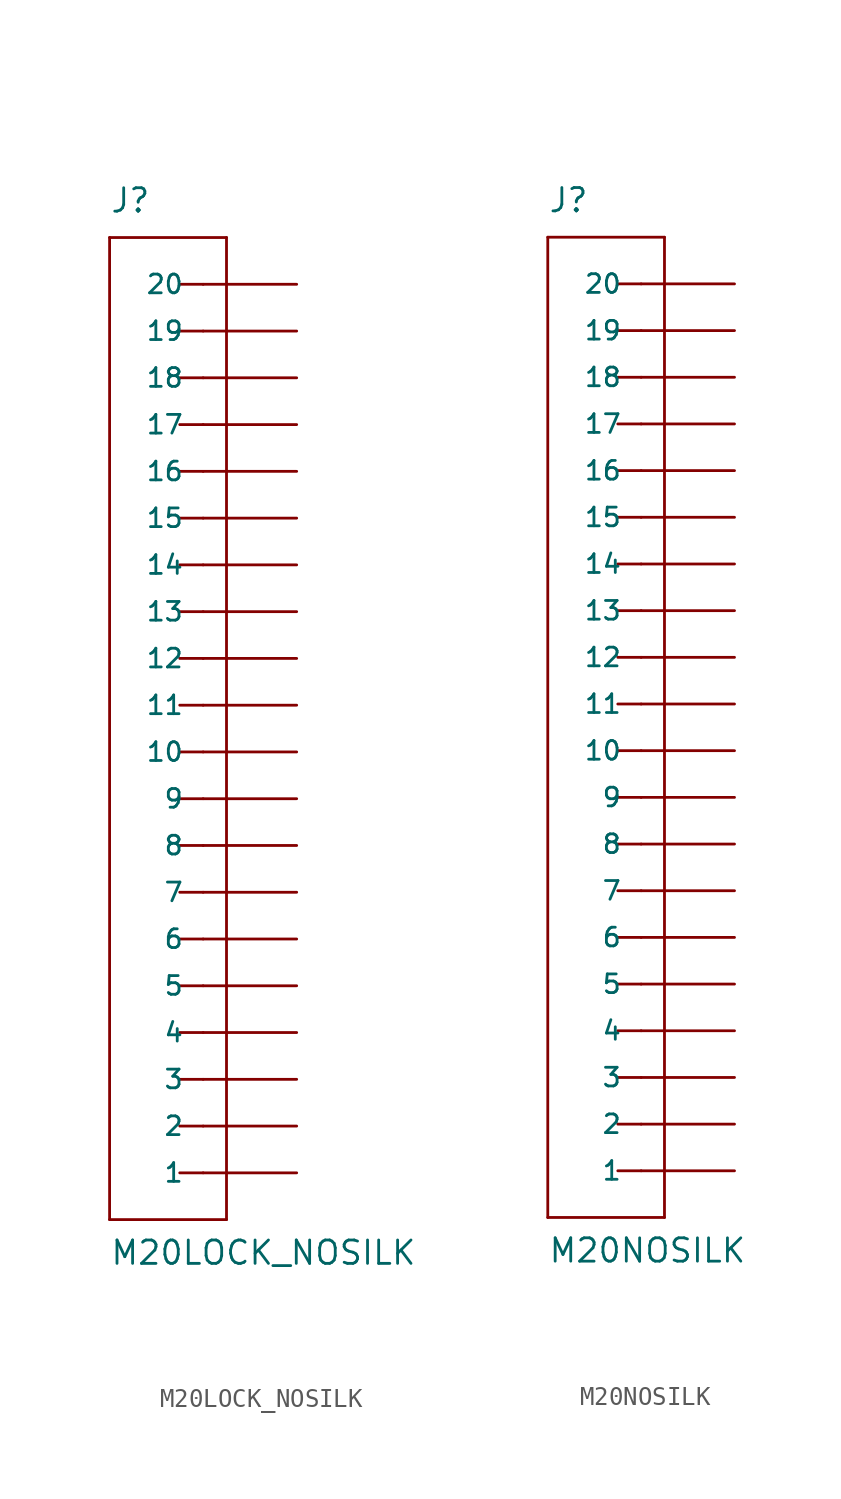
<source format=kicad_sym>
(kicad_symbol_lib
  (version 20211014)
  (generator kicad_symbol_editor)
  (symbol "M20LOCK_NOSILK"
    (pin_numbers hide)
    (pin_names
      (offset 1.016))
    (property "Reference" "J"
      (at 0 57.15 0)
      (effects (font (size 1.27 1.27)) (justify left bottom)))
    (property "Value" "M20LOCK_NOSILK"
      (at 0 0 0)
      (effects (font (size 1.27 1.27)) (justify left bottom)))
    (property "Datasheet" ""
      (at 0 0 0)
      (effects (font (size 1.524 1.524))))
    (property "ki_locked" ""
      (at 0 0 0)
      (effects (font (size 1.27 1.27))))
    (symbol "M20LOCK_NOSILK_1_0"
      (polyline (pts (xy 0 55.88) (xy 0 2.54)) (stroke (width 0) (type default) (color 0 0 0 0)) (fill (type none)))
      (polyline (pts (xy 0 55.88) (xy 6.35 55.88)) (stroke (width 0) (type default) (color 0 0 0 0)) (fill (type none)))
      (polyline (pts (xy 3.81 5.08) (xy 5.08 5.08)) (stroke (width 0) (type default) (color 0 0 0 0)) (fill (type none)))
      (polyline (pts (xy 3.81 7.62) (xy 5.08 7.62)) (stroke (width 0) (type default) (color 0 0 0 0)) (fill (type none)))
      (polyline (pts (xy 3.81 10.16) (xy 5.08 10.16)) (stroke (width 0) (type default) (color 0 0 0 0)) (fill (type none)))
      (polyline (pts (xy 3.81 12.7) (xy 5.08 12.7)) (stroke (width 0) (type default) (color 0 0 0 0)) (fill (type none)))
      (polyline (pts (xy 3.81 15.24) (xy 5.08 15.24)) (stroke (width 0) (type default) (color 0 0 0 0)) (fill (type none)))
      (polyline (pts (xy 3.81 17.78) (xy 5.08 17.78)) (stroke (width 0) (type default) (color 0 0 0 0)) (fill (type none)))
      (polyline (pts (xy 3.81 20.32) (xy 5.08 20.32)) (stroke (width 0) (type default) (color 0 0 0 0)) (fill (type none)))
      (polyline (pts (xy 3.81 22.86) (xy 5.08 22.86)) (stroke (width 0) (type default) (color 0 0 0 0)) (fill (type none)))
      (polyline (pts (xy 3.81 25.4) (xy 5.08 25.4)) (stroke (width 0) (type default) (color 0 0 0 0)) (fill (type none)))
      (polyline (pts (xy 3.81 27.94) (xy 5.08 27.94)) (stroke (width 0) (type default) (color 0 0 0 0)) (fill (type none)))
      (polyline (pts (xy 3.81 30.48) (xy 5.08 30.48)) (stroke (width 0) (type default) (color 0 0 0 0)) (fill (type none)))
      (polyline (pts (xy 3.81 33.02) (xy 5.08 33.02)) (stroke (width 0) (type default) (color 0 0 0 0)) (fill (type none)))
      (polyline (pts (xy 3.81 35.56) (xy 5.08 35.56)) (stroke (width 0) (type default) (color 0 0 0 0)) (fill (type none)))
      (polyline (pts (xy 3.81 38.1) (xy 5.08 38.1)) (stroke (width 0) (type default) (color 0 0 0 0)) (fill (type none)))
      (polyline (pts (xy 3.81 40.64) (xy 5.08 40.64)) (stroke (width 0) (type default) (color 0 0 0 0)) (fill (type none)))
      (polyline (pts (xy 3.81 43.18) (xy 5.08 43.18)) (stroke (width 0) (type default) (color 0 0 0 0)) (fill (type none)))
      (polyline (pts (xy 3.81 45.72) (xy 5.08 45.72)) (stroke (width 0) (type default) (color 0 0 0 0)) (fill (type none)))
      (polyline (pts (xy 3.81 48.26) (xy 5.08 48.26)) (stroke (width 0) (type default) (color 0 0 0 0)) (fill (type none)))
      (polyline (pts (xy 3.81 50.8) (xy 5.08 50.8)) (stroke (width 0) (type default) (color 0 0 0 0)) (fill (type none)))
      (polyline (pts (xy 3.81 53.34) (xy 5.08 53.34)) (stroke (width 0) (type default) (color 0 0 0 0)) (fill (type none)))
      (polyline (pts (xy 6.35 2.54) (xy 0 2.54)) (stroke (width 0) (type default) (color 0 0 0 0)) (fill (type none)))
      (polyline (pts (xy 6.35 2.54) (xy 6.35 55.88)) (stroke (width 0) (type default) (color 0 0 0 0)) (fill (type none))))
    (symbol "M20LOCK_NOSILK_1_1"
      (pin passive line (at 10.16 5.08 180) (length 5.08) (name "1" (effects (font (size 1.016 1.016)))) (number "1" (effects (font (size 1.016 1.016)))))
      (pin passive line (at 10.16 27.94 180) (length 5.08) (name "10" (effects (font (size 1.016 1.016)))) (number "10" (effects (font (size 1.016 1.016)))))
      (pin passive line (at 10.16 30.48 180) (length 5.08) (name "11" (effects (font (size 1.016 1.016)))) (number "11" (effects (font (size 1.016 1.016)))))
      (pin passive line (at 10.16 33.02 180) (length 5.08) (name "12" (effects (font (size 1.016 1.016)))) (number "12" (effects (font (size 1.016 1.016)))))
      (pin passive line (at 10.16 35.56 180) (length 5.08) (name "13" (effects (font (size 1.016 1.016)))) (number "13" (effects (font (size 1.016 1.016)))))
      (pin passive line (at 10.16 38.1 180) (length 5.08) (name "14" (effects (font (size 1.016 1.016)))) (number "14" (effects (font (size 1.016 1.016)))))
      (pin passive line (at 10.16 40.64 180) (length 5.08) (name "15" (effects (font (size 1.016 1.016)))) (number "15" (effects (font (size 1.016 1.016)))))
      (pin passive line (at 10.16 43.18 180) (length 5.08) (name "16" (effects (font (size 1.016 1.016)))) (number "16" (effects (font (size 1.016 1.016)))))
      (pin passive line (at 10.16 45.72 180) (length 5.08) (name "17" (effects (font (size 1.016 1.016)))) (number "17" (effects (font (size 1.016 1.016)))))
      (pin passive line (at 10.16 48.26 180) (length 5.08) (name "18" (effects (font (size 1.016 1.016)))) (number "18" (effects (font (size 1.016 1.016)))))
      (pin passive line (at 10.16 50.8 180) (length 5.08) (name "19" (effects (font (size 1.016 1.016)))) (number "19" (effects (font (size 1.016 1.016)))))
      (pin passive line (at 10.16 7.62 180) (length 5.08) (name "2" (effects (font (size 1.016 1.016)))) (number "2" (effects (font (size 1.016 1.016)))))
      (pin passive line (at 10.16 53.34 180) (length 5.08) (name "20" (effects (font (size 1.016 1.016)))) (number "20" (effects (font (size 1.016 1.016)))))
      (pin passive line (at 10.16 10.16 180) (length 5.08) (name "3" (effects (font (size 1.016 1.016)))) (number "3" (effects (font (size 1.016 1.016)))))
      (pin passive line (at 10.16 12.7 180) (length 5.08) (name "4" (effects (font (size 1.016 1.016)))) (number "4" (effects (font (size 1.016 1.016)))))
      (pin passive line (at 10.16 15.24 180) (length 5.08) (name "5" (effects (font (size 1.016 1.016)))) (number "5" (effects (font (size 1.016 1.016)))))
      (pin passive line (at 10.16 17.78 180) (length 5.08) (name "6" (effects (font (size 1.016 1.016)))) (number "6" (effects (font (size 1.016 1.016)))))
      (pin passive line (at 10.16 20.32 180) (length 5.08) (name "7" (effects (font (size 1.016 1.016)))) (number "7" (effects (font (size 1.016 1.016)))))
      (pin passive line (at 10.16 22.86 180) (length 5.08) (name "8" (effects (font (size 1.016 1.016)))) (number "8" (effects (font (size 1.016 1.016)))))
      (pin passive line (at 10.16 25.4 180) (length 5.08) (name "9" (effects (font (size 1.016 1.016)))) (number "9" (effects (font (size 1.016 1.016)))))))
  (symbol "M20NOSILK"
    (pin_numbers hide)
    (pin_names
      (offset 1.016))
    (property "Reference" "J"
      (at 0 57.15 0)
      (effects (font (size 1.27 1.27)) (justify left bottom)))
    (property "Value" "M20NOSILK"
      (at 0 0 0)
      (effects (font (size 1.27 1.27)) (justify left bottom)))
    (property "Datasheet" ""
      (at 0 0 0)
      (effects (font (size 1.524 1.524))))
    (property "ki_locked" ""
      (at 0 0 0)
      (effects (font (size 1.27 1.27))))
    (symbol "M20NOSILK_1_0"
      (polyline (pts (xy 0 55.88) (xy 0 2.54)) (stroke (width 0) (type default) (color 0 0 0 0)) (fill (type none)))
      (polyline (pts (xy 0 55.88) (xy 6.35 55.88)) (stroke (width 0) (type default) (color 0 0 0 0)) (fill (type none)))
      (polyline (pts (xy 3.81 5.08) (xy 5.08 5.08)) (stroke (width 0) (type default) (color 0 0 0 0)) (fill (type none)))
      (polyline (pts (xy 3.81 7.62) (xy 5.08 7.62)) (stroke (width 0) (type default) (color 0 0 0 0)) (fill (type none)))
      (polyline (pts (xy 3.81 10.16) (xy 5.08 10.16)) (stroke (width 0) (type default) (color 0 0 0 0)) (fill (type none)))
      (polyline (pts (xy 3.81 12.7) (xy 5.08 12.7)) (stroke (width 0) (type default) (color 0 0 0 0)) (fill (type none)))
      (polyline (pts (xy 3.81 15.24) (xy 5.08 15.24)) (stroke (width 0) (type default) (color 0 0 0 0)) (fill (type none)))
      (polyline (pts (xy 3.81 17.78) (xy 5.08 17.78)) (stroke (width 0) (type default) (color 0 0 0 0)) (fill (type none)))
      (polyline (pts (xy 3.81 20.32) (xy 5.08 20.32)) (stroke (width 0) (type default) (color 0 0 0 0)) (fill (type none)))
      (polyline (pts (xy 3.81 22.86) (xy 5.08 22.86)) (stroke (width 0) (type default) (color 0 0 0 0)) (fill (type none)))
      (polyline (pts (xy 3.81 25.4) (xy 5.08 25.4)) (stroke (width 0) (type default) (color 0 0 0 0)) (fill (type none)))
      (polyline (pts (xy 3.81 27.94) (xy 5.08 27.94)) (stroke (width 0) (type default) (color 0 0 0 0)) (fill (type none)))
      (polyline (pts (xy 3.81 30.48) (xy 5.08 30.48)) (stroke (width 0) (type default) (color 0 0 0 0)) (fill (type none)))
      (polyline (pts (xy 3.81 33.02) (xy 5.08 33.02)) (stroke (width 0) (type default) (color 0 0 0 0)) (fill (type none)))
      (polyline (pts (xy 3.81 35.56) (xy 5.08 35.56)) (stroke (width 0) (type default) (color 0 0 0 0)) (fill (type none)))
      (polyline (pts (xy 3.81 38.1) (xy 5.08 38.1)) (stroke (width 0) (type default) (color 0 0 0 0)) (fill (type none)))
      (polyline (pts (xy 3.81 40.64) (xy 5.08 40.64)) (stroke (width 0) (type default) (color 0 0 0 0)) (fill (type none)))
      (polyline (pts (xy 3.81 43.18) (xy 5.08 43.18)) (stroke (width 0) (type default) (color 0 0 0 0)) (fill (type none)))
      (polyline (pts (xy 3.81 45.72) (xy 5.08 45.72)) (stroke (width 0) (type default) (color 0 0 0 0)) (fill (type none)))
      (polyline (pts (xy 3.81 48.26) (xy 5.08 48.26)) (stroke (width 0) (type default) (color 0 0 0 0)) (fill (type none)))
      (polyline (pts (xy 3.81 50.8) (xy 5.08 50.8)) (stroke (width 0) (type default) (color 0 0 0 0)) (fill (type none)))
      (polyline (pts (xy 3.81 53.34) (xy 5.08 53.34)) (stroke (width 0) (type default) (color 0 0 0 0)) (fill (type none)))
      (polyline (pts (xy 6.35 2.54) (xy 0 2.54)) (stroke (width 0) (type default) (color 0 0 0 0)) (fill (type none)))
      (polyline (pts (xy 6.35 2.54) (xy 6.35 55.88)) (stroke (width 0) (type default) (color 0 0 0 0)) (fill (type none))))
    (symbol "M20NOSILK_1_1"
      (pin passive line (at 10.16 5.08 180) (length 5.08) (name "1" (effects (font (size 1.016 1.016)))) (number "1" (effects (font (size 1.016 1.016)))))
      (pin passive line (at 10.16 27.94 180) (length 5.08) (name "10" (effects (font (size 1.016 1.016)))) (number "10" (effects (font (size 1.016 1.016)))))
      (pin passive line (at 10.16 30.48 180) (length 5.08) (name "11" (effects (font (size 1.016 1.016)))) (number "11" (effects (font (size 1.016 1.016)))))
      (pin passive line (at 10.16 33.02 180) (length 5.08) (name "12" (effects (font (size 1.016 1.016)))) (number "12" (effects (font (size 1.016 1.016)))))
      (pin passive line (at 10.16 35.56 180) (length 5.08) (name "13" (effects (font (size 1.016 1.016)))) (number "13" (effects (font (size 1.016 1.016)))))
      (pin passive line (at 10.16 38.1 180) (length 5.08) (name "14" (effects (font (size 1.016 1.016)))) (number "14" (effects (font (size 1.016 1.016)))))
      (pin passive line (at 10.16 40.64 180) (length 5.08) (name "15" (effects (font (size 1.016 1.016)))) (number "15" (effects (font (size 1.016 1.016)))))
      (pin passive line (at 10.16 43.18 180) (length 5.08) (name "16" (effects (font (size 1.016 1.016)))) (number "16" (effects (font (size 1.016 1.016)))))
      (pin passive line (at 10.16 45.72 180) (length 5.08) (name "17" (effects (font (size 1.016 1.016)))) (number "17" (effects (font (size 1.016 1.016)))))
      (pin passive line (at 10.16 48.26 180) (length 5.08) (name "18" (effects (font (size 1.016 1.016)))) (number "18" (effects (font (size 1.016 1.016)))))
      (pin passive line (at 10.16 50.8 180) (length 5.08) (name "19" (effects (font (size 1.016 1.016)))) (number "19" (effects (font (size 1.016 1.016)))))
      (pin passive line (at 10.16 7.62 180) (length 5.08) (name "2" (effects (font (size 1.016 1.016)))) (number "2" (effects (font (size 1.016 1.016)))))
      (pin passive line (at 10.16 53.34 180) (length 5.08) (name "20" (effects (font (size 1.016 1.016)))) (number "20" (effects (font (size 1.016 1.016)))))
      (pin passive line (at 10.16 10.16 180) (length 5.08) (name "3" (effects (font (size 1.016 1.016)))) (number "3" (effects (font (size 1.016 1.016)))))
      (pin passive line (at 10.16 12.7 180) (length 5.08) (name "4" (effects (font (size 1.016 1.016)))) (number "4" (effects (font (size 1.016 1.016)))))
      (pin passive line (at 10.16 15.24 180) (length 5.08) (name "5" (effects (font (size 1.016 1.016)))) (number "5" (effects (font (size 1.016 1.016)))))
      (pin passive line (at 10.16 17.78 180) (length 5.08) (name "6" (effects (font (size 1.016 1.016)))) (number "6" (effects (font (size 1.016 1.016)))))
      (pin passive line (at 10.16 20.32 180) (length 5.08) (name "7" (effects (font (size 1.016 1.016)))) (number "7" (effects (font (size 1.016 1.016)))))
      (pin passive line (at 10.16 22.86 180) (length 5.08) (name "8" (effects (font (size 1.016 1.016)))) (number "8" (effects (font (size 1.016 1.016)))))
      (pin passive line (at 10.16 25.4 180) (length 5.08) (name "9" (effects (font (size 1.016 1.016)))) (number "9" (effects (font (size 1.016 1.016))))))))
</source>
